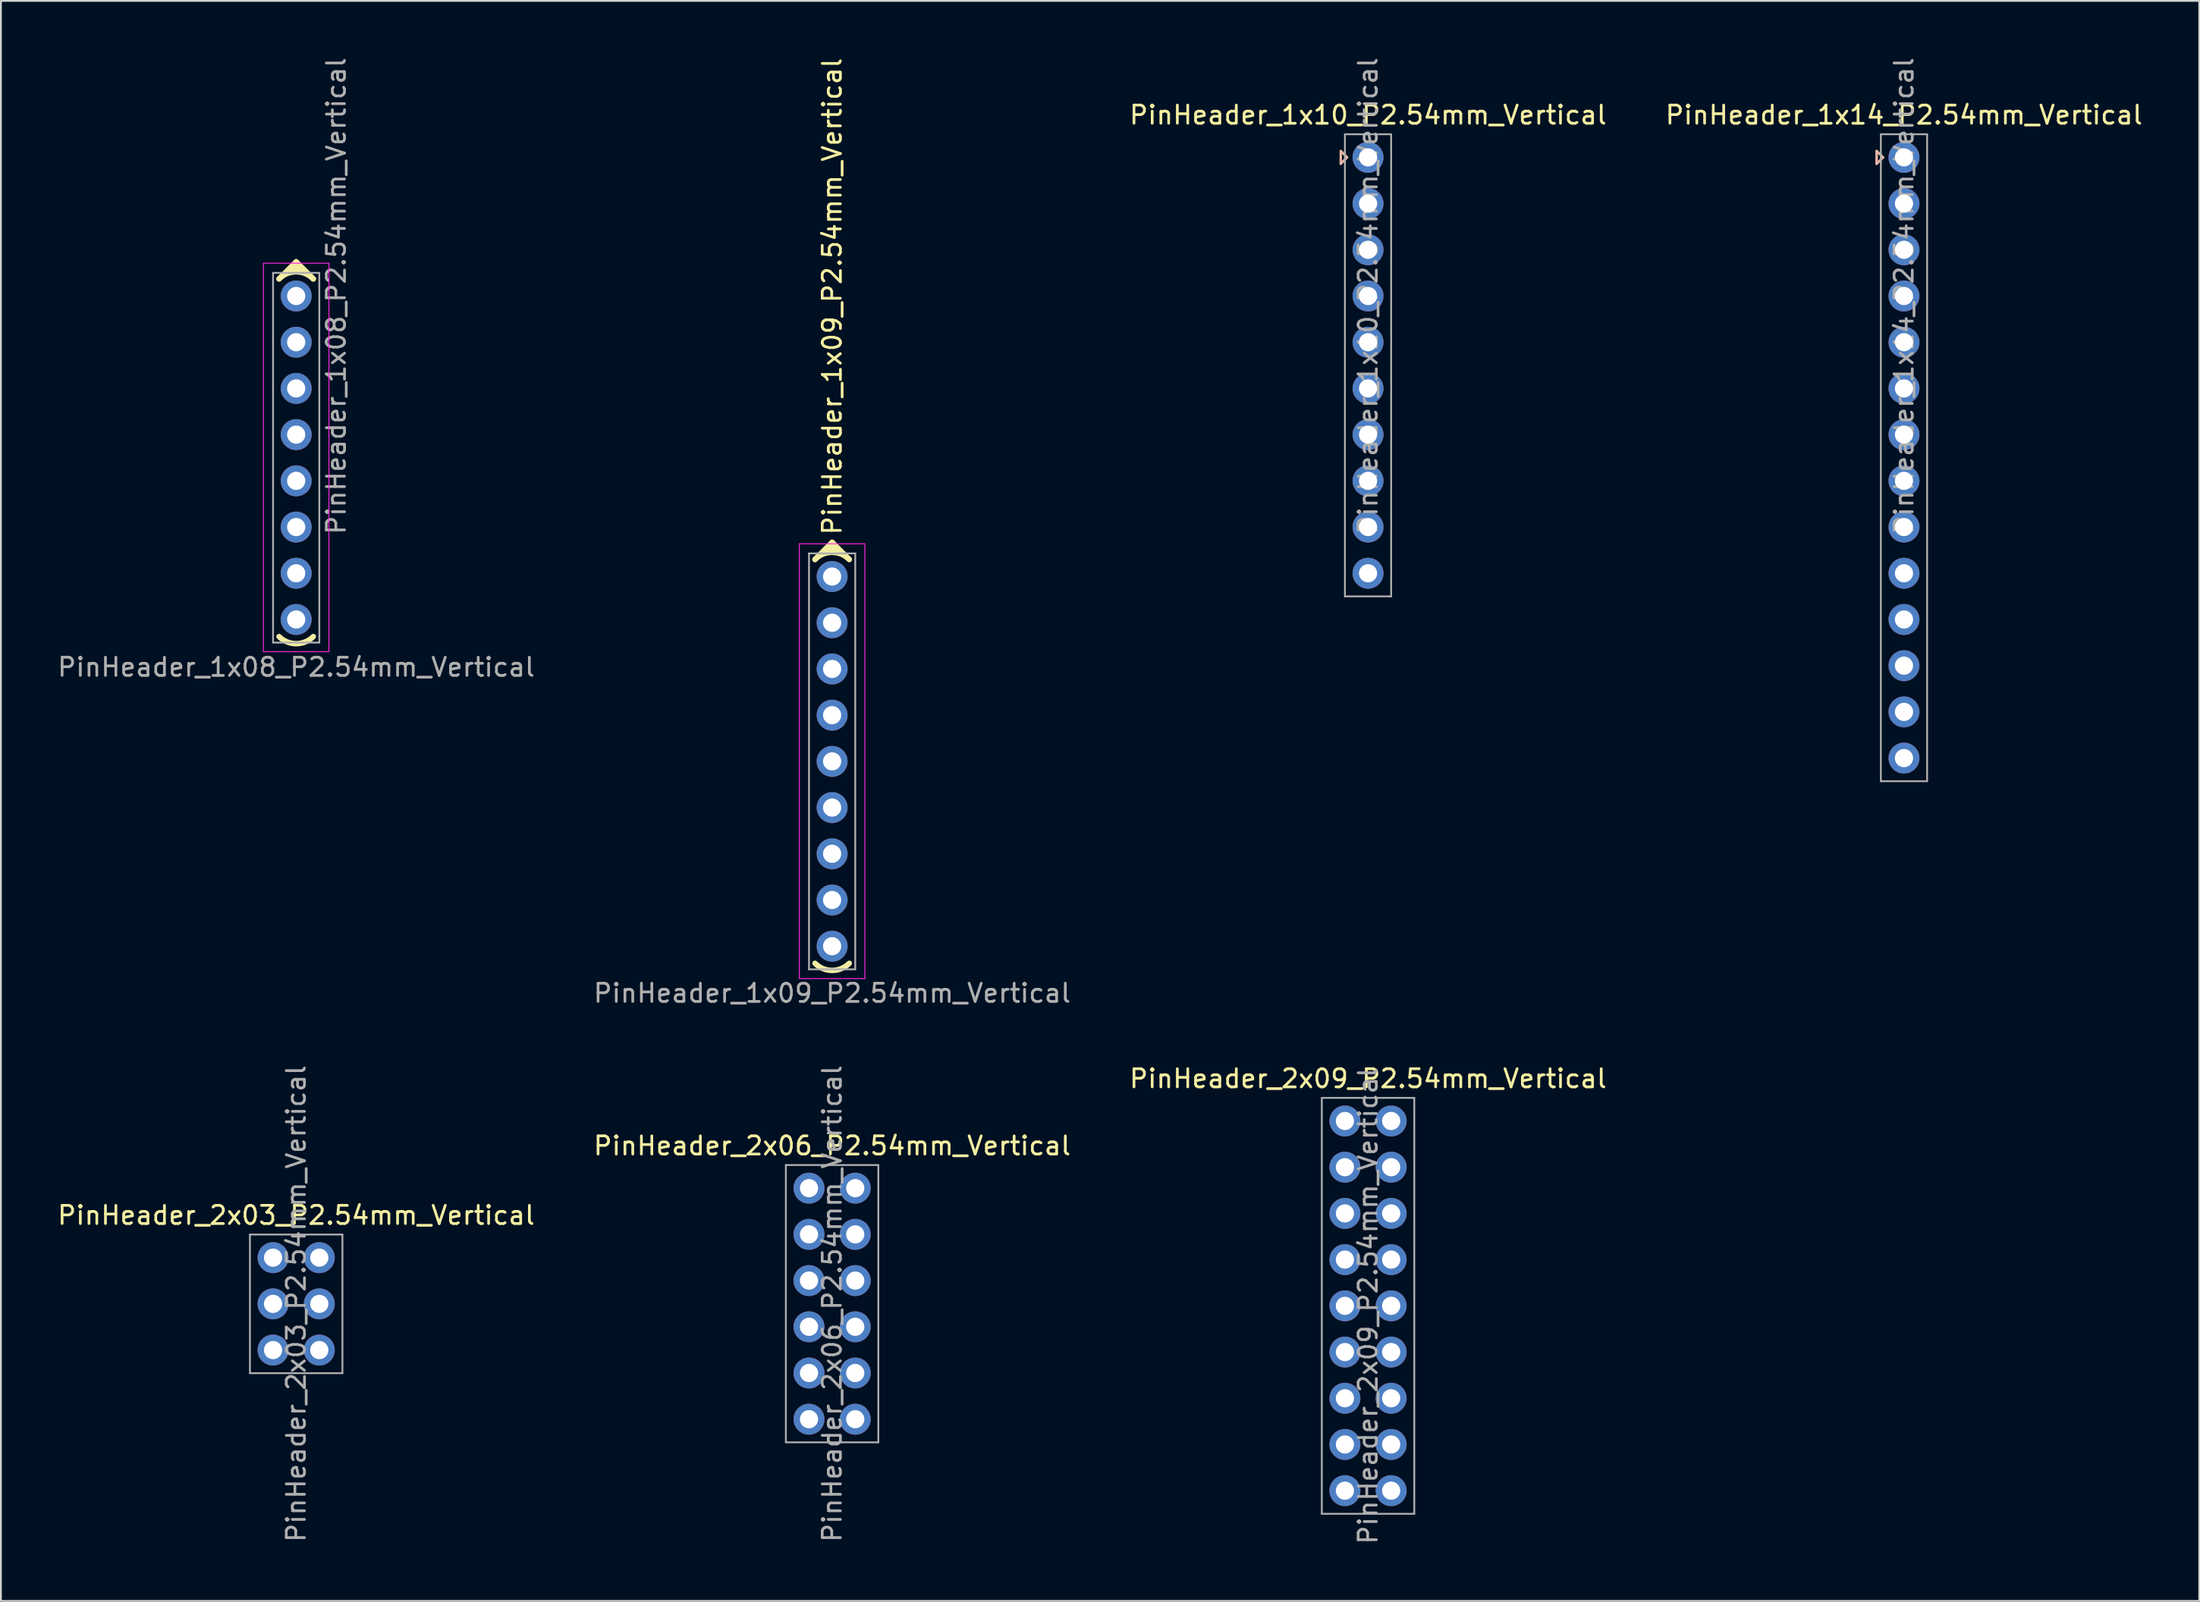
<source format=kicad_pcb>
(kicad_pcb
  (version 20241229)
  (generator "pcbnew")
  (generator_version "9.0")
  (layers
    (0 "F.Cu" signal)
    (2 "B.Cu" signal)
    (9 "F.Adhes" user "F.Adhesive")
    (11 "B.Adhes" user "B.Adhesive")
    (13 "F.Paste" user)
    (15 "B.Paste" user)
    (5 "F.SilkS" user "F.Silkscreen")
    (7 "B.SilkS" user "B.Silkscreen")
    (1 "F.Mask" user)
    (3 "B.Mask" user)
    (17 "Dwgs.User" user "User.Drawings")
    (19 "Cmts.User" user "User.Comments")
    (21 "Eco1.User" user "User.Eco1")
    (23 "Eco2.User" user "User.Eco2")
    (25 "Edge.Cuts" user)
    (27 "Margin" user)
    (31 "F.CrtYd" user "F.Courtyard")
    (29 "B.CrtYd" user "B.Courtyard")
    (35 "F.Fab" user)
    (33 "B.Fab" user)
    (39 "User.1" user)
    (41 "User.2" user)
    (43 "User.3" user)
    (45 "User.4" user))
  (footprint "PinHeader_2x03_P2.54mm_Vertical"
    (layer "F.Cu")
    (at 11.95 66.079)
    (property "Reference" "PinHeader_2x03_P2.54mm_Vertical" (at 1.27 -2.33 0) (layer "F.SilkS") (effects (font (size 1 1) (thickness 0.15))))
    (attr through_hole)
    (fp_line (start -1.27 -1.27) (end 3.81 -1.27) (stroke (width 0.1) (type solid)) (layer "F.Fab"))
    (fp_line (start -1.27 6.35) (end -1.27 -1.27) (stroke (width 0.1) (type solid)) (layer "F.Fab"))
    (fp_line (start 3.81 6.35) (end -1.27 6.35) (stroke (width 0.1) (type solid)) (layer "F.Fab"))
    (fp_line (start 3.81 6.35) (end 3.81 -1.27) (stroke (width 0.1) (type solid)) (layer "F.Fab"))
    (fp_text user "${REFERENCE}" (at 1.27 2.53 90) (layer "F.Fab") (effects (font (size 1 1) (thickness 0.15))))
    (pad "1" thru_hole circle (at 0 0) (size 1.7 1.7) (drill 1) (layers "*.Cu" "*.Mask"))
    (pad "2" thru_hole oval (at 0 2.54) (size 1.7 1.7) (drill 1) (layers "*.Cu" "*.Mask"))
    (pad "3" thru_hole oval (at 0 5.08) (size 1.7 1.7) (drill 1) (layers "*.Cu" "*.Mask"))
    (pad "4" thru_hole oval (at 2.54 0) (size 1.7 1.7) (drill 1) (layers "*.Cu" "*.Mask"))
    (pad "5" thru_hole oval (at 2.54 2.54) (size 1.7 1.7) (drill 1) (layers "*.Cu" "*.Mask"))
    (pad "6" thru_hole oval (at 2.54 5.08) (size 1.7 1.7) (drill 1) (layers "*.Cu" "*.Mask")))
  (footprint "PinHeader_1x08_P2.54mm_Vertical"
    (layer "F.Cu")
    (at 13.22 13.22)
    (property "Reference" "PinHeader_1x08_P2.54mm_Vertical" (at 2.2 0 90) (layer "F.Fab") (effects (font (size 1 1) (thickness 0.15))))
    (property "Value" "${VALUE}" (at 0 -2.2 90) (layer "F.SilkS" knockout) (hide yes) (effects (font (size 1.27 1.27) (thickness 0.2) (bold yes)) (justify left)))
    (attr through_hole)
    (fp_line (start -0.94 -0.94) (end 0 -1.88) (stroke (width 0.3) (type default)) (layer "F.SilkS"))
    (fp_line (start 0 -1.5) (end 0 -1.5) (stroke (width 0.6) (type default)) (layer "F.SilkS"))
    (fp_line (start 0.94 -0.94) (end 0 -1.88) (stroke (width 0.3) (type default)) (layer "F.SilkS"))
    (fp_arc (start -0.940452 -0.940452) (mid 0 -1.33) (end 0.940452 -0.940452) (stroke (width 0.3) (type default)) (layer "F.SilkS"))
    (fp_arc (start 0.940452 18.720452) (mid 0 19.11) (end -0.940452 18.720452) (stroke (width 0.3) (type default)) (layer "F.SilkS"))
    (fp_line (start -1.8 -1.8) (end -1.8 19.55) (stroke (width 0.05) (type solid)) (layer "F.CrtYd"))
    (fp_line (start -1.8 19.55) (end 1.8 19.55) (stroke (width 0.05) (type solid)) (layer "F.CrtYd"))
    (fp_line (start 1.8 -1.8) (end -1.8 -1.8) (stroke (width 0.05) (type solid)) (layer "F.CrtYd"))
    (fp_line (start 1.8 19.55) (end 1.8 -1.8) (stroke (width 0.05) (type solid)) (layer "F.CrtYd"))
    (fp_line (start -1.27 -1.27) (end 1.27 -1.27) (stroke (width 0.1) (type solid)) (layer "F.Fab"))
    (fp_line (start -1.27 19.05) (end -1.27 -1.27) (stroke (width 0.1) (type solid)) (layer "F.Fab"))
    (fp_line (start 1.27 -1.27) (end 1.27 19.05) (stroke (width 0.1) (type solid)) (layer "F.Fab"))
    (fp_line (start 1.27 19.05) (end -1.27 19.05) (stroke (width 0.1) (type solid)) (layer "F.Fab"))
    (fp_text user "${REFERENCE}" (at 0 20.4 180) (layer "F.Fab") (effects (font (size 1 1) (thickness 0.15))))
    (pad "1" thru_hole circle (at 0 0) (size 1.7 1.7) (drill 1) (layers "*.Cu" "*.Mask"))
    (pad "2" thru_hole oval (at 0 2.54) (size 1.7 1.7) (drill 1) (layers "*.Cu" "*.Mask"))
    (pad "3" thru_hole oval (at 0 5.08) (size 1.7 1.7) (drill 1) (layers "*.Cu" "*.Mask"))
    (pad "4" thru_hole oval (at 0 7.62) (size 1.7 1.7) (drill 1) (layers "*.Cu" "*.Mask"))
    (pad "5" thru_hole oval (at 0 10.16) (size 1.7 1.7) (drill 1) (layers "*.Cu" "*.Mask"))
    (pad "6" thru_hole oval (at 0 12.7) (size 1.7 1.7) (drill 1) (layers "*.Cu" "*.Mask"))
    (pad "7" thru_hole oval (at 0 15.24) (size 1.7 1.7) (drill 1) (layers "*.Cu" "*.Mask"))
    (pad "8" thru_hole oval (at 0 17.78) (size 1.7 1.7) (drill 1) (layers "*.Cu" "*.Mask")))
  (footprint "PinHeader_1x14_P2.54mm_Vertical"
    (layer "F.Cu")
    (at 101.542 5.6)
    (property "Reference" "PinHeader_1x14_P2.54mm_Vertical" (at 0 -2.33 0) (layer "F.SilkS") (effects (font (size 1 1) (thickness 0.15))))
    (attr through_hole)
    (fp_line (start -1.5 -0.35) (end -1.5 0.35) (stroke (width 0.12) (type default)) (layer "F.SilkS"))
    (fp_line (start -1.5 -0.35) (end -1.15 0) (stroke (width 0.12) (type default)) (layer "F.SilkS"))
    (fp_line (start -1.5 0.35) (end -1.15 0) (stroke (width 0.12) (type default)) (layer "F.SilkS"))
    (fp_line (start -1.5 -0.35) (end -1.15 0) (stroke (width 0.12) (type default)) (layer "B.SilkS"))
    (fp_line (start -1.5 0.35) (end -1.5 -0.35) (stroke (width 0.12) (type default)) (layer "B.SilkS"))
    (fp_line (start -1.5 0.35) (end -1.15 0) (stroke (width 0.12) (type default)) (layer "B.SilkS"))
    (fp_line (start -1.27 -1.27) (end 1.27 -1.27) (stroke (width 0.1) (type solid)) (layer "F.Fab"))
    (fp_line (start -1.27 34.29) (end -1.27 -1.27) (stroke (width 0.1) (type solid)) (layer "F.Fab"))
    (fp_line (start 1.27 -1.27) (end 1.27 34.29) (stroke (width 0.1) (type solid)) (layer "F.Fab"))
    (fp_line (start 1.27 34.29) (end -1.27 34.29) (stroke (width 0.1) (type solid)) (layer "F.Fab"))
    (fp_text user "${REFERENCE}" (at 0 7.62 90) (layer "F.Fab") (effects (font (size 1 1) (thickness 0.15))))
    (pad "1" thru_hole circle (at 0 0) (size 1.7 1.7) (drill 1) (layers "*.Cu" "*.Mask"))
    (pad "2" thru_hole oval (at 0 2.54) (size 1.7 1.7) (drill 1) (layers "*.Cu" "*.Mask"))
    (pad "3" thru_hole oval (at 0 5.08) (size 1.7 1.7) (drill 1) (layers "*.Cu" "*.Mask"))
    (pad "4" thru_hole oval (at 0 7.62) (size 1.7 1.7) (drill 1) (layers "*.Cu" "*.Mask"))
    (pad "5" thru_hole circle (at 0 10.16) (size 1.7 1.7) (drill 1) (layers "*.Cu" "*.Mask"))
    (pad "6" thru_hole circle (at 0 12.7) (size 1.7 1.7) (drill 1) (layers "*.Cu" "*.Mask"))
    (pad "7" thru_hole circle (at 0 15.24) (size 1.7 1.7) (drill 1) (layers "*.Cu" "*.Mask"))
    (pad "8" thru_hole circle (at 0 17.78) (size 1.7 1.7) (drill 1) (layers "*.Cu" "*.Mask"))
    (pad "9" thru_hole circle (at 0 20.32) (size 1.7 1.7) (drill 1) (layers "*.Cu" "*.Mask"))
    (pad "10" thru_hole circle (at 0 22.86) (size 1.7 1.7) (drill 1) (layers "*.Cu" "*.Mask"))
    (pad "11" thru_hole circle (at 0 25.4) (size 1.7 1.7) (drill 1) (layers "*.Cu" "*.Mask"))
    (pad "12" thru_hole circle (at 0 27.94) (size 1.7 1.7) (drill 1) (layers "*.Cu" "*.Mask"))
    (pad "13" thru_hole circle (at 0 30.48) (size 1.7 1.7) (drill 1) (layers "*.Cu" "*.Mask"))
    (pad "14" thru_hole circle (at 0 33.02) (size 1.7 1.7) (drill 1) (layers "*.Cu" "*.Mask")))
  (footprint "PinHeader_1x09_P2.54mm_Vertical"
    (layer "F.Cu")
    (at 42.661 28.64)
    (property "Reference" "PinHeader_1x09_P2.54mm_Vertical" (at 0 -2.2 90) (layer "F.SilkS") (effects (font (size 1 1) (thickness 0.15)) (justify left)))
    (attr through_hole)
    (fp_line (start -0.94 -0.94) (end 0 -1.88) (stroke (width 0.3) (type default)) (layer "F.SilkS"))
    (fp_line (start 0 -1.5) (end 0 -1.5) (stroke (width 0.6) (type default)) (layer "F.SilkS"))
    (fp_line (start 0.94 -0.94) (end 0 -1.88) (stroke (width 0.3) (type default)) (layer "F.SilkS"))
    (fp_arc (start -0.940452 -0.940452) (mid 0 -1.33) (end 0.940452 -0.940452) (stroke (width 0.3) (type default)) (layer "F.SilkS"))
    (fp_arc (start 0.940452 21.260452) (mid 0 21.65) (end -0.940452 21.260452) (stroke (width 0.3) (type default)) (layer "F.SilkS"))
    (fp_line (start -1.8 -1.8) (end -1.8 22.1) (stroke (width 0.05) (type solid)) (layer "F.CrtYd"))
    (fp_line (start -1.8 22.1) (end 1.8 22.1) (stroke (width 0.05) (type solid)) (layer "F.CrtYd"))
    (fp_line (start 1.8 -1.8) (end -1.8 -1.8) (stroke (width 0.05) (type solid)) (layer "F.CrtYd"))
    (fp_line (start 1.8 22.1) (end 1.8 -1.8) (stroke (width 0.05) (type solid)) (layer "F.CrtYd"))
    (fp_line (start -1.27 -1.27) (end 1.27 -1.27) (stroke (width 0.1) (type solid)) (layer "F.Fab"))
    (fp_line (start -1.27 21.59) (end -1.27 -1.27) (stroke (width 0.1) (type solid)) (layer "F.Fab"))
    (fp_line (start 1.27 -1.27) (end 1.27 21.59) (stroke (width 0.1) (type solid)) (layer "F.Fab"))
    (fp_line (start 1.27 21.59) (end -1.27 21.59) (stroke (width 0.1) (type solid)) (layer "F.Fab"))
    (fp_text user "${REFERENCE}" (at 0 22.9 180) (layer "F.Fab") (effects (font (size 1 1) (thickness 0.15))))
    (pad "1" thru_hole circle (at 0 0) (size 1.7 1.7) (drill 1) (layers "*.Cu" "*.Mask"))
    (pad "2" thru_hole oval (at 0 2.54) (size 1.7 1.7) (drill 1) (layers "*.Cu" "*.Mask"))
    (pad "3" thru_hole oval (at 0 5.08) (size 1.7 1.7) (drill 1) (layers "*.Cu" "*.Mask"))
    (pad "4" thru_hole oval (at 0 7.62) (size 1.7 1.7) (drill 1) (layers "*.Cu" "*.Mask"))
    (pad "5" thru_hole oval (at 0 10.16) (size 1.7 1.7) (drill 1) (layers "*.Cu" "*.Mask"))
    (pad "6" thru_hole oval (at 0 12.7) (size 1.7 1.7) (drill 1) (layers "*.Cu" "*.Mask"))
    (pad "7" thru_hole oval (at 0 15.24) (size 1.7 1.7) (drill 1) (layers "*.Cu" "*.Mask"))
    (pad "8" thru_hole oval (at 0 17.78) (size 1.7 1.7) (drill 1) (layers "*.Cu" "*.Mask"))
    (pad "9" thru_hole oval (at 0 20.32) (size 1.7 1.7) (drill 1) (layers "*.Cu" "*.Mask")))
  (footprint "PinHeader_1x10_P2.54mm_Vertical"
    (layer "F.Cu")
    (at 72.101 5.6)
    (property "Reference" "PinHeader_1x10_P2.54mm_Vertical" (at 0 -2.33 0) (layer "F.SilkS") (effects (font (size 1 1) (thickness 0.15))))
    (attr through_hole)
    (fp_line (start -1.5 -0.35) (end -1.5 0.35) (stroke (width 0.12) (type default)) (layer "F.SilkS"))
    (fp_line (start -1.5 -0.35) (end -1.15 0) (stroke (width 0.12) (type default)) (layer "F.SilkS"))
    (fp_line (start -1.5 0.35) (end -1.15 0) (stroke (width 0.12) (type default)) (layer "F.SilkS"))
    (fp_line (start -1.5 -0.35) (end -1.15 0) (stroke (width 0.12) (type default)) (layer "B.SilkS"))
    (fp_line (start -1.5 0.35) (end -1.5 -0.35) (stroke (width 0.12) (type default)) (layer "B.SilkS"))
    (fp_line (start -1.5 0.35) (end -1.15 0) (stroke (width 0.12) (type default)) (layer "B.SilkS"))
    (fp_line (start -1.27 -1.27) (end 1.27 -1.27) (stroke (width 0.1) (type solid)) (layer "F.Fab"))
    (fp_line (start -1.27 24.13) (end -1.27 -1.27) (stroke (width 0.1) (type solid)) (layer "F.Fab"))
    (fp_line (start 1.27 -1.27) (end 1.27 24.13) (stroke (width 0.1) (type solid)) (layer "F.Fab"))
    (fp_line (start 1.27 24.13) (end -1.27 24.13) (stroke (width 0.1) (type solid)) (layer "F.Fab"))
    (fp_text user "${REFERENCE}" (at 0 7.62 90) (layer "F.Fab") (effects (font (size 1 1) (thickness 0.15))))
    (pad "1" thru_hole circle (at 0 0) (size 1.7 1.7) (drill 1) (layers "*.Cu" "*.Mask"))
    (pad "2" thru_hole oval (at 0 2.54) (size 1.7 1.7) (drill 1) (layers "*.Cu" "*.Mask"))
    (pad "3" thru_hole oval (at 0 5.08) (size 1.7 1.7) (drill 1) (layers "*.Cu" "*.Mask"))
    (pad "4" thru_hole oval (at 0 7.62) (size 1.7 1.7) (drill 1) (layers "*.Cu" "*.Mask"))
    (pad "5" thru_hole circle (at 0 10.16) (size 1.7 1.7) (drill 1) (layers "*.Cu" "*.Mask"))
    (pad "6" thru_hole circle (at 0 12.7) (size 1.7 1.7) (drill 1) (layers "*.Cu" "*.Mask"))
    (pad "7" thru_hole circle (at 0 15.24) (size 1.7 1.7) (drill 1) (layers "*.Cu" "*.Mask"))
    (pad "8" thru_hole circle (at 0 17.78) (size 1.7 1.7) (drill 1) (layers "*.Cu" "*.Mask"))
    (pad "9" thru_hole circle (at 0 20.32) (size 1.7 1.7) (drill 1) (layers "*.Cu" "*.Mask"))
    (pad "10" thru_hole circle (at 0 22.86) (size 1.7 1.7) (drill 1) (layers "*.Cu" "*.Mask")))
  (footprint "PinHeader_2x09_P2.54mm_Vertical"
    (layer "F.Cu")
    (at 70.831 58.567)
    (property "Reference" "PinHeader_2x09_P2.54mm_Vertical" (at 1.27 -2.33 0) (layer "F.SilkS") (effects (font (size 1 1) (thickness 0.15))))
    (attr through_hole)
    (fp_line (start -1.27 -1.27) (end 3.81 -1.27) (stroke (width 0.1) (type solid)) (layer "F.Fab"))
    (fp_line (start -1.27 21.59) (end -1.27 -1.27) (stroke (width 0.1) (type solid)) (layer "F.Fab"))
    (fp_line (start 3.81 -1.27) (end 3.81 21.59) (stroke (width 0.1) (type solid)) (layer "F.Fab"))
    (fp_line (start 3.81 21.59) (end -1.27 21.59) (stroke (width 0.1) (type solid)) (layer "F.Fab"))
    (fp_text user "${REFERENCE}" (at 1.27 10.16 90) (layer "F.Fab") (effects (font (size 1 1) (thickness 0.15))))
    (pad "1" thru_hole circle (at 0 0) (size 1.7 1.7) (drill 1) (layers "*.Cu" "*.Mask"))
    (pad "2" thru_hole oval (at 0 2.54) (size 1.7 1.7) (drill 1) (layers "*.Cu" "*.Mask"))
    (pad "3" thru_hole oval (at 0 5.08) (size 1.7 1.7) (drill 1) (layers "*.Cu" "*.Mask"))
    (pad "4" thru_hole oval (at 0 7.62) (size 1.7 1.7) (drill 1) (layers "*.Cu" "*.Mask"))
    (pad "5" thru_hole oval (at 0 10.16) (size 1.7 1.7) (drill 1) (layers "*.Cu" "*.Mask"))
    (pad "6" thru_hole oval (at 0 12.7) (size 1.7 1.7) (drill 1) (layers "*.Cu" "*.Mask"))
    (pad "7" thru_hole oval (at 0 15.24) (size 1.7 1.7) (drill 1) (layers "*.Cu" "*.Mask"))
    (pad "8" thru_hole oval (at 0 17.78) (size 1.7 1.7) (drill 1) (layers "*.Cu" "*.Mask"))
    (pad "9" thru_hole oval (at 0 20.32) (size 1.7 1.7) (drill 1) (layers "*.Cu" "*.Mask"))
    (pad "10" thru_hole oval (at 2.54 0) (size 1.7 1.7) (drill 1) (layers "*.Cu" "*.Mask"))
    (pad "11" thru_hole oval (at 2.54 2.54) (size 1.7 1.7) (drill 1) (layers "*.Cu" "*.Mask"))
    (pad "12" thru_hole oval (at 2.54 5.08) (size 1.7 1.7) (drill 1) (layers "*.Cu" "*.Mask"))
    (pad "13" thru_hole oval (at 2.54 7.62) (size 1.7 1.7) (drill 1) (layers "*.Cu" "*.Mask"))
    (pad "14" thru_hole oval (at 2.54 10.16) (size 1.7 1.7) (drill 1) (layers "*.Cu" "*.Mask"))
    (pad "15" thru_hole oval (at 2.54 12.7) (size 1.7 1.7) (drill 1) (layers "*.Cu" "*.Mask"))
    (pad "16" thru_hole oval (at 2.54 15.24) (size 1.7 1.7) (drill 1) (layers "*.Cu" "*.Mask"))
    (pad "17" thru_hole oval (at 2.54 17.78) (size 1.7 1.7) (drill 1) (layers "*.Cu" "*.Mask"))
    (pad "18" thru_hole oval (at 2.54 20.32) (size 1.7 1.7) (drill 1) (layers "*.Cu" "*.Mask")))
  (footprint "PinHeader_2x06_P2.54mm_Vertical"
    (layer "F.Cu")
    (at 41.391 62.259)
    (property "Reference" "PinHeader_2x06_P2.54mm_Vertical" (at 1.27 -2.33 0) (layer "F.SilkS") (effects (font (size 1 1) (thickness 0.15))))
    (attr through_hole)
    (fp_line (start -1.27 -1.27) (end 3.81 -1.27) (stroke (width 0.1) (type solid)) (layer "F.Fab"))
    (fp_line (start -1.27 13.97) (end -1.27 -1.27) (stroke (width 0.1) (type solid)) (layer "F.Fab"))
    (fp_line (start 3.81 -1.27) (end 3.81 13.97) (stroke (width 0.1) (type solid)) (layer "F.Fab"))
    (fp_line (start 3.81 13.97) (end -1.27 13.97) (stroke (width 0.1) (type solid)) (layer "F.Fab"))
    (fp_text user "${REFERENCE}" (at 1.27 6.35 90) (layer "F.Fab") (effects (font (size 1 1) (thickness 0.15))))
    (pad "1" thru_hole circle (at 0 0) (size 1.7 1.7) (drill 1) (layers "*.Cu" "*.Mask"))
    (pad "2" thru_hole oval (at 0 2.54) (size 1.7 1.7) (drill 1) (layers "*.Cu" "*.Mask"))
    (pad "3" thru_hole oval (at 0 5.08) (size 1.7 1.7) (drill 1) (layers "*.Cu" "*.Mask"))
    (pad "4" thru_hole oval (at 0 7.62) (size 1.7 1.7) (drill 1) (layers "*.Cu" "*.Mask"))
    (pad "5" thru_hole oval (at 0 10.16) (size 1.7 1.7) (drill 1) (layers "*.Cu" "*.Mask"))
    (pad "6" thru_hole oval (at 0 12.7) (size 1.7 1.7) (drill 1) (layers "*.Cu" "*.Mask"))
    (pad "7" thru_hole oval (at 2.54 0) (size 1.7 1.7) (drill 1) (layers "*.Cu" "*.Mask"))
    (pad "8" thru_hole oval (at 2.54 2.54) (size 1.7 1.7) (drill 1) (layers "*.Cu" "*.Mask"))
    (pad "9" thru_hole oval (at 2.54 5.08) (size 1.7 1.7) (drill 1) (layers "*.Cu" "*.Mask"))
    (pad "10" thru_hole oval (at 2.54 7.62) (size 1.7 1.7) (drill 1) (layers "*.Cu" "*.Mask"))
    (pad "11" thru_hole oval (at 2.54 10.16) (size 1.7 1.7) (drill 1) (layers "*.Cu" "*.Mask"))
    (pad "12" thru_hole oval (at 2.54 12.7) (size 1.7 1.7) (drill 1) (layers "*.Cu" "*.Mask")))
  (gr_rect
    (start -3 -3)
    (end 117.762 84.947)
    (stroke (width 0.1) (type default))
    (fill no)
    (layer "Edge.Cuts")))
</source>
